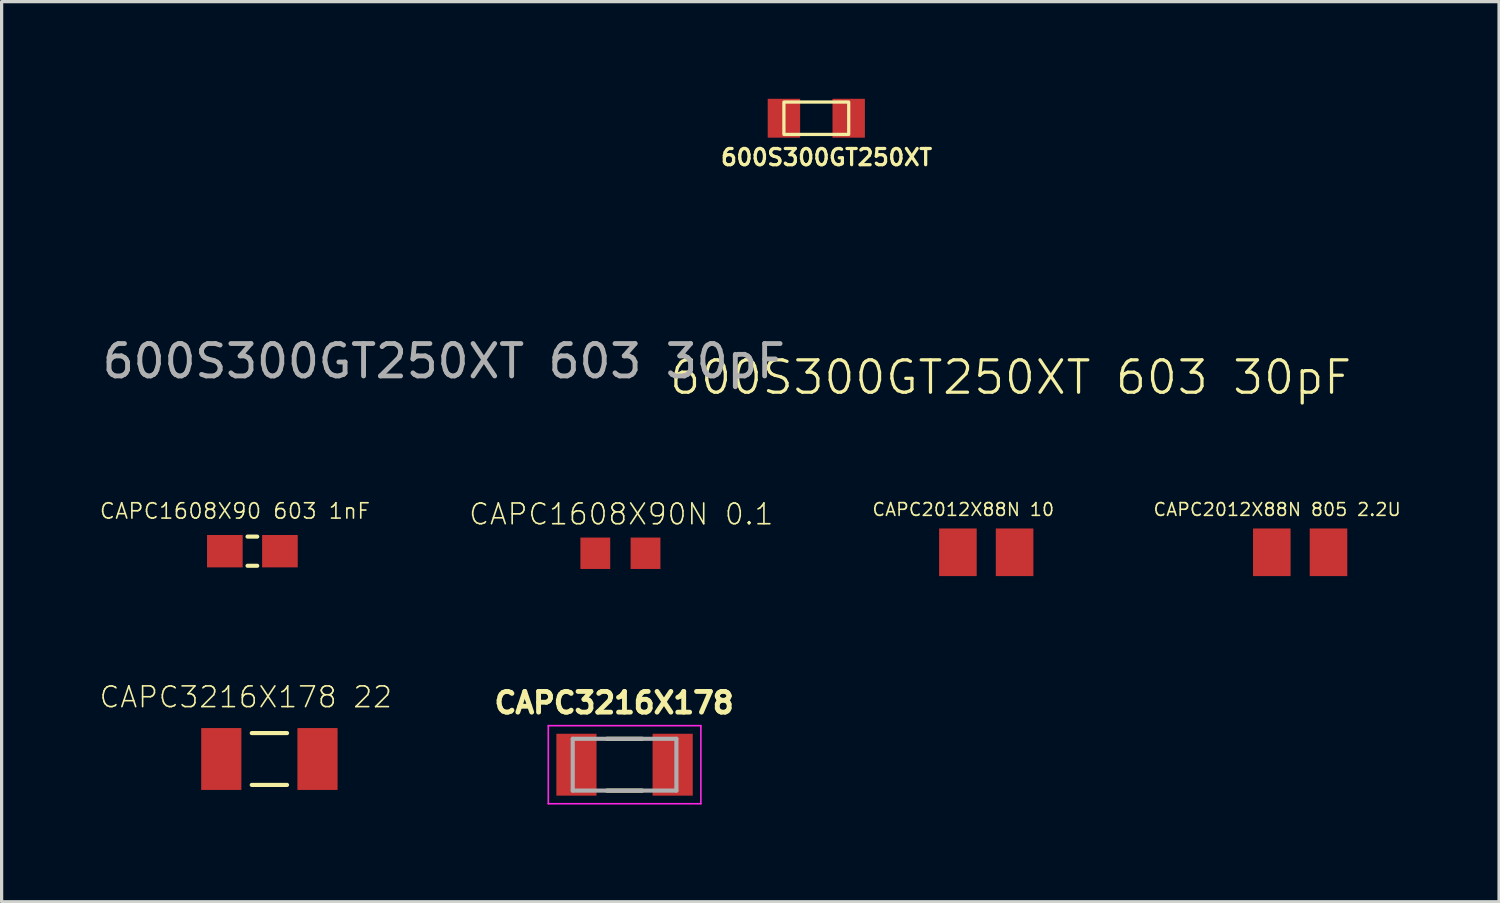
<source format=kicad_pcb>
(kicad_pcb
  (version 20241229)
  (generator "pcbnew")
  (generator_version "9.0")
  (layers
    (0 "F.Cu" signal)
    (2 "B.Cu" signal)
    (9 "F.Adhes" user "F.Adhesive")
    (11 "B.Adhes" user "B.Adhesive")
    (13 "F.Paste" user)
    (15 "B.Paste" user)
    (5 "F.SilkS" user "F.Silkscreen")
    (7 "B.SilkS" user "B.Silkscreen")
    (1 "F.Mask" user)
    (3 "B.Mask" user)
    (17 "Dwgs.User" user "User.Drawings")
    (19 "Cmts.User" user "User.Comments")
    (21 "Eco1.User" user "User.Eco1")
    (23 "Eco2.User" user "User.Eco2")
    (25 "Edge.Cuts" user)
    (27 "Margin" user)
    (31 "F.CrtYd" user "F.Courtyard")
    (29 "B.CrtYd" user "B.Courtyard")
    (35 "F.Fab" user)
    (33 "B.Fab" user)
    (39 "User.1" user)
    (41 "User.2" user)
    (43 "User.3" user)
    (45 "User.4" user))
  (footprint "CAPC3216X178 22"
    (layer "F.Cu")
    (at 5.266 20.38)
    (property "Reference" "CAPC3216X178 22" (at -0.729 -1.911 0) (layer "F.SilkS") (effects (font (size 0.64 0.64) (thickness 0.05))))
    (attr smd)
    (fp_line (start -0.545 0.8) (end 0.545 0.8) (stroke (width 0.127) (type solid)) (layer "F.SilkS"))
    (fp_line (start 0.545 -0.8) (end -0.545 -0.8) (stroke (width 0.127) (type solid)) (layer "F.SilkS"))
    (fp_line (start -2.355 -1.205) (end -2.355 1.205) (stroke (width 0.05) (type solid)) (layer "Eco1.User"))
    (fp_line (start -2.355 1.205) (end 2.355 1.205) (stroke (width 0.05) (type solid)) (layer "Eco1.User"))
    (fp_line (start 2.355 -1.205) (end -2.355 -1.205) (stroke (width 0.05) (type solid)) (layer "Eco1.User"))
    (fp_line (start 2.355 1.205) (end 2.355 -1.205) (stroke (width 0.05) (type solid)) (layer "Eco1.User"))
    (fp_line (start -1.6 -0.8) (end -1.6 0.8) (stroke (width 0.127) (type solid)) (layer "Eco2.User"))
    (fp_line (start -1.6 0.8) (end 1.6 0.8) (stroke (width 0.127) (type solid)) (layer "Eco2.User"))
    (fp_line (start 1.6 -0.8) (end -1.6 -0.8) (stroke (width 0.127) (type solid)) (layer "Eco2.User"))
    (fp_line (start 1.6 0.8) (end 1.6 -0.8) (stroke (width 0.127) (type solid)) (layer "Eco2.User"))
    (pad "1" smd rect (at -1.485 0) (size 1.24 1.91) (layers "F.Cu" "F.Paste"))
    (pad "2" smd rect (at 1.485 0) (size 1.24 1.91) (layers "F.Cu" "F.Paste")))
  (footprint "600S300GT250XT 603 30pF"
    (layer "F.Cu")
    (at 22.149 0.6)
    (property "Reference" "600S300GT250XT 603 30pF" (at 6 8 0) (unlocked yes) (layer "F.SilkS") (effects (font (size 1 1) (thickness 0.1))))
    (attr smd)
    (fp_rect (start -1 -0.5) (end 1 0.5) (stroke (width 0.1) (type default)) (fill no) (layer "F.SilkS"))
    (fp_text user "600S300GT250XT" (at -3 1.5 0) (unlocked yes) (layer "F.SilkS") (effects (font (size 0.5 0.5) (thickness 0.1)) (justify left bottom)))
    (fp_text user "${REFERENCE}" (at -11.5 7.5 0) (unlocked yes) (layer "F.Fab") (effects (font (size 1 1) (thickness 0.15))))
    (pad "1" smd rect (at -1 0 90) (size 1.2 1) (layers "F.Cu" "F.Mask" "F.Paste"))
    (pad "2" smd rect (at 1 0 90) (size 1.2 1) (layers "F.Cu" "F.Mask" "F.Paste")))
  (footprint "CAPC3216X178"
    (layer "F.Cu")
    (at 16.23 20.556)
    (property "Reference" "CAPC3216X178" (at -0.323 -1.911 0) (layer "F.SilkS") (effects (font (size 0.64 0.64) (thickness 0.15))))
    (attr smd)
    (fp_line (start -0.545 0.8) (end 0.545 0.8) (stroke (width 0.127) (type solid)) (layer "F.SilkS"))
    (fp_line (start 0.545 -0.8) (end -0.545 -0.8) (stroke (width 0.127) (type solid)) (layer "F.SilkS"))
    (fp_line (start -2.355 -1.205) (end -2.355 1.205) (stroke (width 0.05) (type solid)) (layer "F.CrtYd"))
    (fp_line (start -2.355 1.205) (end 2.355 1.205) (stroke (width 0.05) (type solid)) (layer "F.CrtYd"))
    (fp_line (start 2.355 -1.205) (end -2.355 -1.205) (stroke (width 0.05) (type solid)) (layer "F.CrtYd"))
    (fp_line (start 2.355 1.205) (end 2.355 -1.205) (stroke (width 0.05) (type solid)) (layer "F.CrtYd"))
    (fp_line (start -1.6 -0.8) (end -1.6 0.8) (stroke (width 0.127) (type solid)) (layer "F.Fab"))
    (fp_line (start -1.6 0.8) (end 1.6 0.8) (stroke (width 0.127) (type solid)) (layer "F.Fab"))
    (fp_line (start 1.6 -0.8) (end -1.6 -0.8) (stroke (width 0.127) (type solid)) (layer "F.Fab"))
    (fp_line (start 1.6 0.8) (end 1.6 -0.8) (stroke (width 0.127) (type solid)) (layer "F.Fab"))
    (pad "1" smd rect (at -1.485 0) (size 1.24 1.91) (layers "F.Cu" "F.Mask" "F.Paste"))
    (pad "2" smd rect (at 1.485 0) (size 1.24 1.91) (layers "F.Cu" "F.Mask" "F.Paste")))
  (footprint "CAPC1608X90N 0.1"
    (layer "F.Cu")
    (at 16.102 14.029)
    (property "Reference" "CAPC1608X90N 0.1" (at 0.026 -1.206 0) (layer "F.SilkS") (effects (font (size 0.64 0.64) (thickness 0.05))))
    (attr smd)
    (fp_line (start -1.485 -0.735) (end 1.485 -0.735) (stroke (width 0.05) (type solid)) (layer "Eco1.User"))
    (fp_line (start -1.485 0.735) (end -1.485 -0.735) (stroke (width 0.05) (type solid)) (layer "Eco1.User"))
    (fp_line (start 1.485 -0.735) (end 1.485 0.735) (stroke (width 0.05) (type solid)) (layer "Eco1.User"))
    (fp_line (start 1.485 0.735) (end -1.485 0.735) (stroke (width 0.05) (type solid)) (layer "Eco1.User"))
    (fp_line (start -0.8 -0.4) (end 0.8 -0.4) (stroke (width 0.127) (type solid)) (layer "Eco2.User"))
    (fp_line (start -0.8 0.4) (end -0.8 -0.4) (stroke (width 0.127) (type solid)) (layer "Eco2.User"))
    (fp_line (start 0.8 -0.4) (end 0.8 0.4) (stroke (width 0.127) (type solid)) (layer "Eco2.User"))
    (fp_line (start 0.8 0.4) (end -0.8 0.4) (stroke (width 0.127) (type solid)) (layer "Eco2.User"))
    (pad "1" smd rect (at -0.775 0) (size 0.92 0.97) (layers "F.Cu" "F.Paste"))
    (pad "2" smd rect (at 0.775 0) (size 0.92 0.97) (layers "F.Cu" "F.Paste")))
  (footprint "CAPC2012X88N 10"
    (layer "F.Cu")
    (at 27.395 13.999)
    (property "Reference" "CAPC2012X88N 10" (at -0.71 -1.32 0) (layer "F.SilkS") (effects (font (size 0.394 0.394) (thickness 0.05))))
    (attr smd)
    (fp_line (start -1.708 -0.983) (end 1.708 -0.983) (stroke (width 0.05) (type solid)) (layer "Eco1.User"))
    (fp_line (start -1.708 0.983) (end -1.708 -0.983) (stroke (width 0.05) (type solid)) (layer "Eco1.User"))
    (fp_line (start -1.708 0.983) (end 1.708 0.983) (stroke (width 0.05) (type solid)) (layer "Eco1.User"))
    (fp_line (start 1.708 0.983) (end 1.708 -0.983) (stroke (width 0.05) (type solid)) (layer "Eco1.User"))
    (fp_line (start -1.1 0.72) (end -1.1 -0.72) (stroke (width 0.127) (type solid)) (layer "Eco2.User"))
    (fp_line (start 1.1 -0.72) (end -1.1 -0.72) (stroke (width 0.127) (type solid)) (layer "Eco2.User"))
    (fp_line (start 1.1 0.72) (end -1.1 0.72) (stroke (width 0.127) (type solid)) (layer "Eco2.User"))
    (fp_line (start 1.1 0.72) (end 1.1 -0.72) (stroke (width 0.127) (type solid)) (layer "Eco2.User"))
    (pad "1" smd rect (at -0.875 0) (size 1.16 1.47) (layers "F.Cu" "F.Paste"))
    (pad "2" smd rect (at 0.875 0) (size 1.16 1.47) (layers "F.Cu" "F.Paste")))
  (footprint "CAPC1608X90 603 1nF"
    (layer "F.Cu")
    (at 4.741 13.965)
    (property "Reference" "CAPC1608X90 603 1nF" (at -0.537 -1.239 0) (layer "F.SilkS") (effects (font (size 0.474 0.474) (thickness 0.05))))
    (attr smd)
    (fp_line (start -0.15 -0.45) (end 0.15 -0.45) (stroke (width 0.127) (type solid)) (layer "F.SilkS"))
    (fp_line (start -0.15 0.45) (end 0.15 0.45) (stroke (width 0.127) (type solid)) (layer "F.SilkS"))
    (fp_line (start -1.673 -0.783) (end 1.673 -0.783) (stroke (width 0.051) (type solid)) (layer "Eco1.User"))
    (fp_line (start -1.673 0.783) (end -1.673 -0.783) (stroke (width 0.051) (type solid)) (layer "Eco1.User"))
    (fp_line (start 1.673 -0.783) (end 1.673 0.783) (stroke (width 0.051) (type solid)) (layer "Eco1.User"))
    (fp_line (start 1.673 0.783) (end -1.673 0.783) (stroke (width 0.051) (type solid)) (layer "Eco1.User"))
    (fp_line (start -0.356 -0.432) (end 0.356 -0.432) (stroke (width 0.102) (type solid)) (layer "Eco2.User"))
    (fp_line (start -0.356 0.419) (end 0.356 0.419) (stroke (width 0.102) (type solid)) (layer "Eco2.User"))
    (fp_poly (pts (xy -0.839 -0.48) (xy -0.338 -0.48) (xy -0.338 0.47) (xy -0.839 0.47)) (stroke (width 0.1) (type solid)) (fill no) (layer "Eco2.User"))
    (fp_poly (pts (xy 0.331 -0.48) (xy 0.83 -0.48) (xy 0.83 0.471) (xy 0.331 0.471)) (stroke (width 0.1) (type solid)) (fill no) (layer "Eco2.User"))
    (pad "1" smd rect (at -0.85 0) (size 1.1 1) (layers "F.Cu" "F.Paste"))
    (pad "2" smd rect (at 0.85 0) (size 1.1 1) (layers "F.Cu" "F.Paste")))
  (footprint "CAPC2012X88N 805 2.2U"
    (layer "F.Cu")
    (at 37.085 13.999)
    (property "Reference" "CAPC2012X88N 805 2.2U" (at -0.71 -1.32 0) (layer "F.SilkS") (effects (font (size 0.394 0.394) (thickness 0.05))))
    (attr smd)
    (fp_line (start -1.708 -0.983) (end 1.708 -0.983) (stroke (width 0.05) (type solid)) (layer "Eco1.User"))
    (fp_line (start -1.708 0.983) (end -1.708 -0.983) (stroke (width 0.05) (type solid)) (layer "Eco1.User"))
    (fp_line (start -1.708 0.983) (end 1.708 0.983) (stroke (width 0.05) (type solid)) (layer "Eco1.User"))
    (fp_line (start 1.708 0.983) (end 1.708 -0.983) (stroke (width 0.05) (type solid)) (layer "Eco1.User"))
    (fp_line (start -1.1 0.72) (end -1.1 -0.72) (stroke (width 0.127) (type solid)) (layer "Eco2.User"))
    (fp_line (start 1.1 -0.72) (end -1.1 -0.72) (stroke (width 0.127) (type solid)) (layer "Eco2.User"))
    (fp_line (start 1.1 0.72) (end -1.1 0.72) (stroke (width 0.127) (type solid)) (layer "Eco2.User"))
    (fp_line (start 1.1 0.72) (end 1.1 -0.72) (stroke (width 0.127) (type solid)) (layer "Eco2.User"))
    (pad "1" smd rect (at -0.875 0) (size 1.16 1.47) (layers "F.Cu" "F.Paste"))
    (pad "2" smd rect (at 0.875 0) (size 1.16 1.47) (layers "F.Cu" "F.Paste")))
  (gr_rect
    (start -3 -3)
    (end 43.225 24.786)
    (stroke (width 0.1) (type default))
    (fill no)
    (layer "Edge.Cuts")))
</source>
